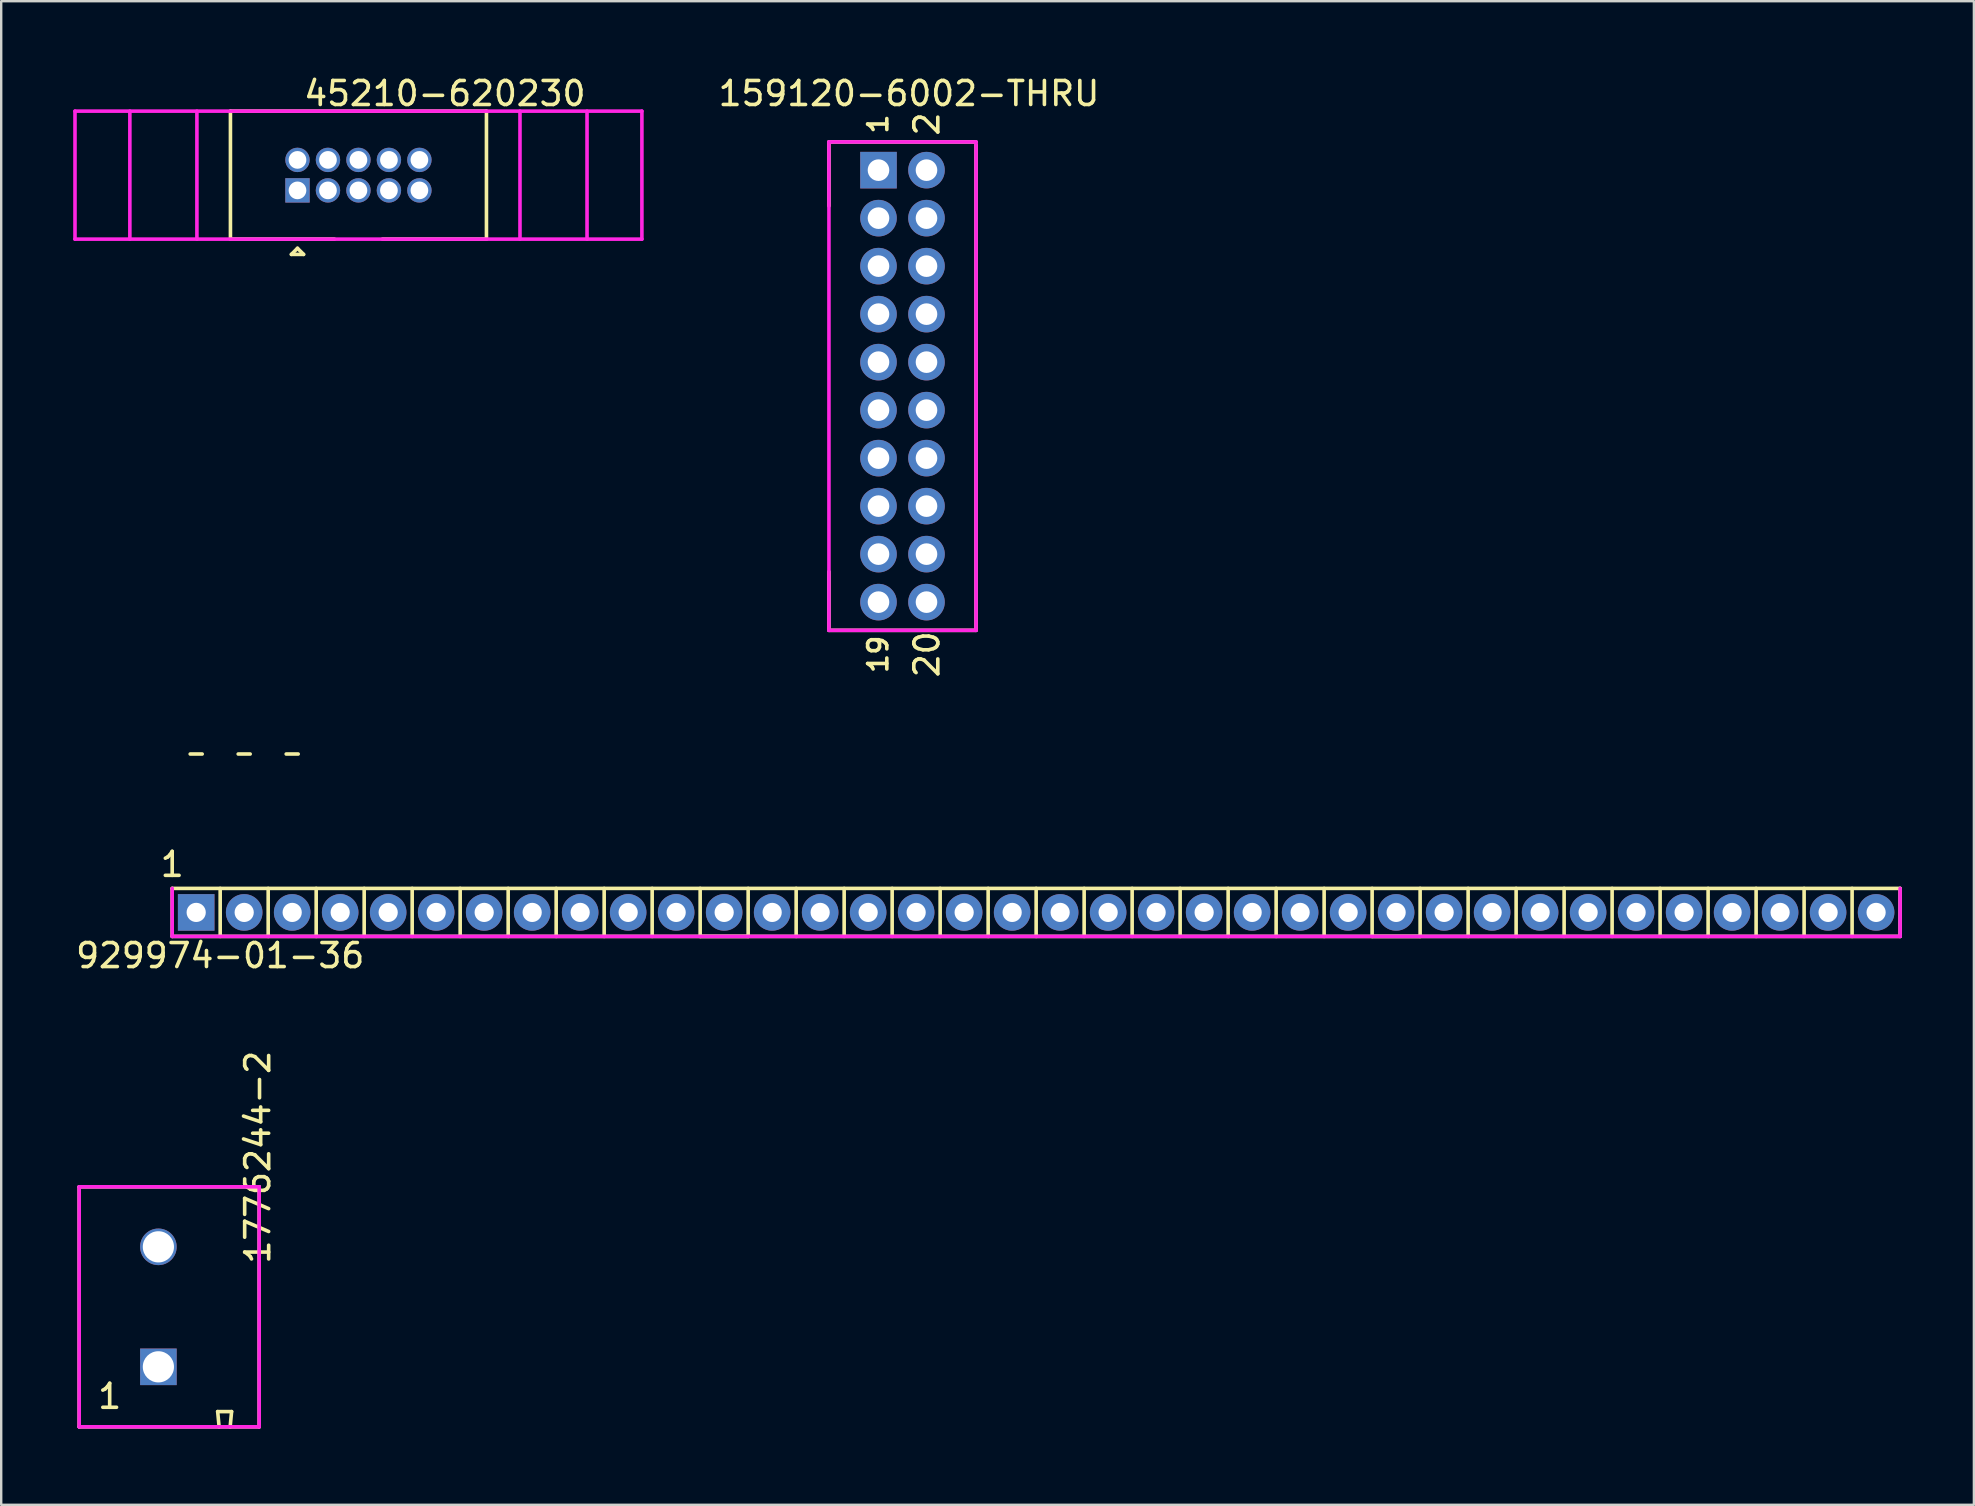
<source format=kicad_pcb>
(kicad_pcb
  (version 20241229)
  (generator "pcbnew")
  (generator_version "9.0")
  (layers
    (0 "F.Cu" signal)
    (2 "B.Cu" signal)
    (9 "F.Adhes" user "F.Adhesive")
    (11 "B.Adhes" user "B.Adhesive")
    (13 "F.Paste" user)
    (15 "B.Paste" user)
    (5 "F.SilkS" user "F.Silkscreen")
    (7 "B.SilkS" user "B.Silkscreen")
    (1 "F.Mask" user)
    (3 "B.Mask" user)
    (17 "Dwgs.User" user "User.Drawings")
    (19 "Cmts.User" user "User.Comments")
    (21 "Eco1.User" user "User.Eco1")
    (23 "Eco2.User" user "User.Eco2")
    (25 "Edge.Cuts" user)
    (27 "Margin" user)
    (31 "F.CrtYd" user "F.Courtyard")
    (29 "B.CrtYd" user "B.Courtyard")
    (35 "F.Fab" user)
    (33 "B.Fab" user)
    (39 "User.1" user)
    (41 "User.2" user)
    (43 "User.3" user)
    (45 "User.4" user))
  (footprint "159120-6002-THRU"
    (layer "F.Cu")
    (at 34.556 13.04)
    (property "Reference" "159120-6002-THRU" (at 0.27 -12.192 0) (layer "F.SilkS") (effects (font (size 1 1) (thickness 0.15))))
    (attr smd)
    (fp_line (start -3.065 -10.175) (end 3.065 -10.175) (stroke (width 0.15) (type solid)) (layer "F.SilkS"))
    (fp_line (start -3.065 -7.51) (end -3.065 -10.175) (stroke (width 0.15) (type solid)) (layer "F.SilkS"))
    (fp_line (start -3.065 10.175) (end -3.065 7.73) (stroke (width 0.15) (type solid)) (layer "F.SilkS"))
    (fp_line (start 3.065 -10.05) (end 3.065 10.175) (stroke (width 0.15) (type solid)) (layer "F.SilkS"))
    (fp_line (start 3.065 10.175) (end -3.065 10.175) (stroke (width 0.15) (type solid)) (layer "F.SilkS"))
    (fp_line (start -3.065 -10.175) (end -3.065 10.175) (stroke (width 0.15) (type solid)) (layer "F.CrtYd"))
    (fp_line (start -3.065 10.175) (end 3.065 10.175) (stroke (width 0.15) (type solid)) (layer "F.CrtYd"))
    (fp_line (start 3.065 -10.175) (end -3.065 -10.175) (stroke (width 0.15) (type solid)) (layer "F.CrtYd"))
    (fp_line (start 3.065 10.175) (end 3.065 -10.175) (stroke (width 0.15) (type solid)) (layer "F.CrtYd"))
    (fp_text user "20" (at 1.016 11.176 90) (layer "F.SilkS") (effects (font (size 1 1) (thickness 0.15))))
    (fp_text user "2" (at 1.016 -10.922 90) (layer "F.SilkS") (effects (font (size 1 1) (thickness 0.15))))
    (fp_text user "19" (at -1.016 11.176 90) (layer "F.SilkS") (effects (font (size 0.8 0.8) (thickness 0.15))))
    (fp_text user "1" (at -1.016 -10.922 90) (layer "F.SilkS") (effects (font (size 0.8 0.8) (thickness 0.15))))
    (pad "1" thru_hole rect (at -1 -9) (size 1.524 1.524) (drill 0.9) (layers "*.Cu" "*.Mask"))
    (pad "2" thru_hole circle (at 1 -9) (size 1.524 1.524) (drill 0.9) (layers "*.Cu" "*.Mask"))
    (pad "3" thru_hole circle (at -1 -7) (size 1.524 1.524) (drill 0.9) (layers "*.Cu" "*.Mask"))
    (pad "4" thru_hole circle (at 1 -7) (size 1.524 1.524) (drill 0.9) (layers "*.Cu" "*.Mask"))
    (pad "5" thru_hole circle (at -1 -5) (size 1.524 1.524) (drill 0.9) (layers "*.Cu" "*.Mask"))
    (pad "6" thru_hole circle (at 1 -5) (size 1.524 1.524) (drill 0.9) (layers "*.Cu" "*.Mask"))
    (pad "7" thru_hole circle (at -1 -3) (size 1.524 1.524) (drill 0.9) (layers "*.Cu" "*.Mask"))
    (pad "8" thru_hole circle (at 1 -3) (size 1.524 1.524) (drill 0.9) (layers "*.Cu" "*.Mask"))
    (pad "9" thru_hole circle (at -1 -1) (size 1.524 1.524) (drill 0.9) (layers "*.Cu" "*.Mask"))
    (pad "10" thru_hole circle (at 1 -1) (size 1.524 1.524) (drill 0.9) (layers "*.Cu" "*.Mask"))
    (pad "11" thru_hole circle (at -1 1) (size 1.524 1.524) (drill 0.9) (layers "*.Cu" "*.Mask"))
    (pad "12" thru_hole circle (at 1 1) (size 1.524 1.524) (drill 0.9) (layers "*.Cu" "*.Mask"))
    (pad "13" thru_hole circle (at -1 3) (size 1.524 1.524) (drill 0.9) (layers "*.Cu" "*.Mask"))
    (pad "14" thru_hole circle (at 1 3) (size 1.524 1.524) (drill 0.9) (layers "*.Cu" "*.Mask"))
    (pad "15" thru_hole circle (at -1 5) (size 1.524 1.524) (drill 0.9) (layers "*.Cu" "*.Mask"))
    (pad "16" thru_hole circle (at 1 5) (size 1.524 1.524) (drill 0.9) (layers "*.Cu" "*.Mask"))
    (pad "17" thru_hole circle (at -1 7) (size 1.524 1.524) (drill 0.9) (layers "*.Cu" "*.Mask"))
    (pad "18" thru_hole circle (at 1 7) (size 1.524 1.524) (drill 0.9) (layers "*.Cu" "*.Mask"))
    (pad "19" thru_hole circle (at -1 9) (size 1.524 1.524) (drill 0.9) (layers "*.Cu" "*.Mask"))
    (pad "20" thru_hole circle (at 1 9) (size 1.524 1.524) (drill 0.9) (layers "*.Cu" "*.Mask")))
  (footprint "929974-01-36"
    (layer "F.Cu")
    (at 5.125 34.969)
    (property "Reference" "929974-01-36" (at 1 1.8 0) (layer "F.SilkS") (effects (font (size 1 1) (thickness 0.15))))
    (attr through_hole)
    (fp_line (start -1 -1) (end -1 1) (stroke (width 0.15) (type solid)) (layer "F.SilkS"))
    (fp_line (start -1 1) (end 71 1) (stroke (width 0.15) (type solid)) (layer "F.SilkS"))
    (fp_line (start 0.25 -6.6) (end -0.25 -6.6) (stroke (width 0.15) (type solid)) (layer "F.SilkS"))
    (fp_line (start 1 -1) (end 1 1) (stroke (width 0.15) (type solid)) (layer "F.SilkS"))
    (fp_line (start 2.25 -6.6) (end 1.75 -6.6) (stroke (width 0.15) (type solid)) (layer "F.SilkS"))
    (fp_line (start 3 1) (end 3 -1) (stroke (width 0.15) (type solid)) (layer "F.SilkS"))
    (fp_line (start 4.25 -6.6) (end 3.75 -6.6) (stroke (width 0.15) (type solid)) (layer "F.SilkS"))
    (fp_line (start 5 -1) (end 5 1) (stroke (width 0.15) (type solid)) (layer "F.SilkS"))
    (fp_line (start 7 1) (end 7 -1) (stroke (width 0.15) (type solid)) (layer "F.SilkS"))
    (fp_line (start 9 1) (end 9 -1) (stroke (width 0.15) (type solid)) (layer "F.SilkS"))
    (fp_line (start 11 -1) (end 11 1) (stroke (width 0.15) (type solid)) (layer "F.SilkS"))
    (fp_line (start 13 1) (end 13 -1) (stroke (width 0.15) (type solid)) (layer "F.SilkS"))
    (fp_line (start 15 -1) (end 15 1) (stroke (width 0.15) (type solid)) (layer "F.SilkS"))
    (fp_line (start 17 1) (end 17 -1) (stroke (width 0.15) (type solid)) (layer "F.SilkS"))
    (fp_line (start 19 1) (end 19 -1) (stroke (width 0.15) (type solid)) (layer "F.SilkS"))
    (fp_line (start 21 -1) (end 21 1) (stroke (width 0.15) (type solid)) (layer "F.SilkS"))
    (fp_line (start 21 1) (end 23 1) (stroke (width 0.15) (type solid)) (layer "F.SilkS"))
    (fp_line (start 23 1) (end 23 -1) (stroke (width 0.15) (type solid)) (layer "F.SilkS"))
    (fp_line (start 25 -1) (end 25 1) (stroke (width 0.15) (type solid)) (layer "F.SilkS"))
    (fp_line (start 27 -1) (end 27 1) (stroke (width 0.15) (type solid)) (layer "F.SilkS"))
    (fp_line (start 29 1) (end 29 -1) (stroke (width 0.15) (type solid)) (layer "F.SilkS"))
    (fp_line (start 31 1) (end 31 -1) (stroke (width 0.15) (type solid)) (layer "F.SilkS"))
    (fp_line (start 33 1) (end 33 -1) (stroke (width 0.15) (type solid)) (layer "F.SilkS"))
    (fp_line (start 35 1) (end 35 -1) (stroke (width 0.15) (type solid)) (layer "F.SilkS"))
    (fp_line (start 37 1) (end 37 -1) (stroke (width 0.15) (type solid)) (layer "F.SilkS"))
    (fp_line (start 39 -1) (end 39 1) (stroke (width 0.15) (type solid)) (layer "F.SilkS"))
    (fp_line (start 41 1) (end 41 -1) (stroke (width 0.15) (type solid)) (layer "F.SilkS"))
    (fp_line (start 43 1) (end 43 -1) (stroke (width 0.15) (type solid)) (layer "F.SilkS"))
    (fp_line (start 45 -1) (end 45 1) (stroke (width 0.15) (type solid)) (layer "F.SilkS"))
    (fp_line (start 47 1) (end 47 -1) (stroke (width 0.15) (type solid)) (layer "F.SilkS"))
    (fp_line (start 49 -1) (end 49 1) (stroke (width 0.15) (type solid)) (layer "F.SilkS"))
    (fp_line (start 49 1) (end 51 1) (stroke (width 0.15) (type solid)) (layer "F.SilkS"))
    (fp_line (start 51 -1) (end 51 1) (stroke (width 0.15) (type solid)) (layer "F.SilkS"))
    (fp_line (start 53 1) (end 53 -1) (stroke (width 0.15) (type solid)) (layer "F.SilkS"))
    (fp_line (start 55 -1) (end 55 1) (stroke (width 0.15) (type solid)) (layer "F.SilkS"))
    (fp_line (start 57 -1) (end 57 1) (stroke (width 0.15) (type solid)) (layer "F.SilkS"))
    (fp_line (start 59 -1) (end 59 1) (stroke (width 0.15) (type solid)) (layer "F.SilkS"))
    (fp_line (start 61 1) (end 61 -1) (stroke (width 0.15) (type solid)) (layer "F.SilkS"))
    (fp_line (start 63 1) (end 63 -1) (stroke (width 0.15) (type solid)) (layer "F.SilkS"))
    (fp_line (start 65 1) (end 65 -1) (stroke (width 0.15) (type solid)) (layer "F.SilkS"))
    (fp_line (start 67 1) (end 67 -1) (stroke (width 0.15) (type solid)) (layer "F.SilkS"))
    (fp_line (start 69 1) (end 69 -1) (stroke (width 0.15) (type solid)) (layer "F.SilkS"))
    (fp_line (start 71 -1) (end -1 -1) (stroke (width 0.15) (type solid)) (layer "F.SilkS"))
    (fp_line (start 71 1) (end 71 -1) (stroke (width 0.15) (type solid)) (layer "F.SilkS"))
    (fp_line (start -1 -1) (end -1 1) (stroke (width 0.15) (type solid)) (layer "F.CrtYd"))
    (fp_line (start -1 1) (end 71 1) (stroke (width 0.15) (type solid)) (layer "F.CrtYd"))
    (fp_line (start 71 1) (end 71 -1) (stroke (width 0.15) (type solid)) (layer "F.CrtYd"))
    (fp_text user "1" (at -1 -2 0) (layer "F.SilkS") (effects (font (size 1 1) (thickness 0.15))))
    (pad "1" thru_hole rect (at 0 0) (size 1.524 1.524) (drill 0.8) (layers "*.Cu" "*.Mask"))
    (pad "2" thru_hole circle (at 2 0) (size 1.524 1.524) (drill 0.8) (layers "*.Cu" "*.Mask"))
    (pad "3" thru_hole circle (at 4 0) (size 1.524 1.524) (drill 0.8) (layers "*.Cu" "*.Mask"))
    (pad "4" thru_hole circle (at 6 0) (size 1.524 1.524) (drill 0.8) (layers "*.Cu" "*.Mask"))
    (pad "5" thru_hole circle (at 8 0) (size 1.524 1.524) (drill 0.8) (layers "*.Cu" "*.Mask"))
    (pad "6" thru_hole circle (at 10 0) (size 1.524 1.524) (drill 0.8) (layers "*.Cu" "*.Mask"))
    (pad "7" thru_hole circle (at 12 0) (size 1.524 1.524) (drill 0.8) (layers "*.Cu" "*.Mask"))
    (pad "8" thru_hole circle (at 14 0) (size 1.524 1.524) (drill 0.8) (layers "*.Cu" "*.Mask"))
    (pad "9" thru_hole circle (at 16 0) (size 1.524 1.524) (drill 0.8) (layers "*.Cu" "*.Mask"))
    (pad "10" thru_hole circle (at 18 0) (size 1.524 1.524) (drill 0.8) (layers "*.Cu" "*.Mask"))
    (pad "11" thru_hole circle (at 20 0) (size 1.524 1.524) (drill 0.8) (layers "*.Cu" "*.Mask"))
    (pad "12" thru_hole circle (at 22 0) (size 1.524 1.524) (drill 0.8) (layers "*.Cu" "*.Mask"))
    (pad "13" thru_hole circle (at 24 0) (size 1.524 1.524) (drill 0.8) (layers "*.Cu" "*.Mask"))
    (pad "14" thru_hole circle (at 26 0) (size 1.524 1.524) (drill 0.8) (layers "*.Cu" "*.Mask"))
    (pad "15" thru_hole circle (at 28 0) (size 1.524 1.524) (drill 0.8) (layers "*.Cu" "*.Mask"))
    (pad "16" thru_hole circle (at 30 0) (size 1.524 1.524) (drill 0.8) (layers "*.Cu" "*.Mask"))
    (pad "17" thru_hole circle (at 32 0) (size 1.524 1.524) (drill 0.8) (layers "*.Cu" "*.Mask"))
    (pad "18" thru_hole circle (at 34 0) (size 1.524 1.524) (drill 0.8) (layers "*.Cu" "*.Mask"))
    (pad "19" thru_hole circle (at 36 0) (size 1.524 1.524) (drill 0.8) (layers "*.Cu" "*.Mask"))
    (pad "20" thru_hole circle (at 38 0) (size 1.524 1.524) (drill 0.8) (layers "*.Cu" "*.Mask"))
    (pad "21" thru_hole circle (at 40 0) (size 1.524 1.524) (drill 0.8) (layers "*.Cu" "*.Mask"))
    (pad "22" thru_hole circle (at 42 0) (size 1.524 1.524) (drill 0.8) (layers "*.Cu" "*.Mask"))
    (pad "23" thru_hole circle (at 44 0) (size 1.524 1.524) (drill 0.8) (layers "*.Cu" "*.Mask"))
    (pad "24" thru_hole circle (at 46 0) (size 1.524 1.524) (drill 0.8) (layers "*.Cu" "*.Mask"))
    (pad "25" thru_hole circle (at 48 0) (size 1.524 1.524) (drill 0.8) (layers "*.Cu" "*.Mask"))
    (pad "26" thru_hole circle (at 50 0) (size 1.524 1.524) (drill 0.8) (layers "*.Cu" "*.Mask"))
    (pad "27" thru_hole circle (at 52 0) (size 1.524 1.524) (drill 0.8) (layers "*.Cu" "*.Mask"))
    (pad "28" thru_hole circle (at 54 0) (size 1.524 1.524) (drill 0.8) (layers "*.Cu" "*.Mask"))
    (pad "29" thru_hole circle (at 56 0) (size 1.524 1.524) (drill 0.8) (layers "*.Cu" "*.Mask"))
    (pad "30" thru_hole circle (at 58 0) (size 1.524 1.524) (drill 0.8) (layers "*.Cu" "*.Mask"))
    (pad "31" thru_hole circle (at 60 0) (size 1.524 1.524) (drill 0.8) (layers "*.Cu" "*.Mask"))
    (pad "32" thru_hole circle (at 62 0) (size 1.524 1.524) (drill 0.8) (layers "*.Cu" "*.Mask"))
    (pad "33" thru_hole circle (at 64 0) (size 1.524 1.524) (drill 0.8) (layers "*.Cu" "*.Mask"))
    (pad "34" thru_hole circle (at 66 0) (size 1.524 1.524) (drill 0.8) (layers "*.Cu" "*.Mask"))
    (pad "35" thru_hole circle (at 68 0) (size 1.524 1.524) (drill 0.8) (layers "*.Cu" "*.Mask"))
    (pad "36" thru_hole circle (at 70 0) (size 1.524 1.524) (drill 0.8) (layers "*.Cu" "*.Mask")))
  (footprint "45210-620230"
    (layer "F.Cu")
    (at 11.886 4.248)
    (property "Reference" "45210-620230" (at 3.6 -3.4 0) (layer "F.SilkS") (effects (font (size 1 1) (thickness 0.15))))
    (attr through_hole)
    (fp_line (start -5.334 -2.667) (end -5.334 2.667) (stroke (width 0.15) (type solid)) (layer "F.SilkS"))
    (fp_line (start -5.334 2.667) (end -1 2.667) (stroke (width 0.15) (type solid)) (layer "F.SilkS"))
    (fp_line (start -2.794 3.302) (end -2.286 3.302) (stroke (width 0.15) (type solid)) (layer "F.SilkS"))
    (fp_line (start -2.54 3.048) (end -2.794 3.302) (stroke (width 0.15) (type solid)) (layer "F.SilkS"))
    (fp_line (start -2.286 3.302) (end -2.54 3.048) (stroke (width 0.15) (type solid)) (layer "F.SilkS"))
    (fp_line (start 5.334 -2.667) (end -5.334 -2.667) (stroke (width 0.15) (type solid)) (layer "F.SilkS"))
    (fp_line (start 5.334 2.667) (end 1 2.667) (stroke (width 0.15) (type solid)) (layer "F.SilkS"))
    (fp_line (start 5.334 2.667) (end 5.334 -2.667) (stroke (width 0.15) (type solid)) (layer "F.SilkS"))
    (fp_line (start -11.811 -2.667) (end -11.811 2.667) (stroke (width 0.15) (type solid)) (layer "F.CrtYd"))
    (fp_line (start -11.811 2.667) (end 11.811 2.667) (stroke (width 0.15) (type solid)) (layer "F.CrtYd"))
    (fp_line (start -9.525 -2.667) (end -9.525 2.667) (stroke (width 0.15) (type solid)) (layer "F.CrtYd"))
    (fp_line (start -6.731 -2.667) (end -6.731 2.667) (stroke (width 0.15) (type solid)) (layer "F.CrtYd"))
    (fp_line (start 6.731 -2.667) (end 6.731 2.667) (stroke (width 0.15) (type solid)) (layer "F.CrtYd"))
    (fp_line (start 9.525 -2.667) (end 9.525 2.667) (stroke (width 0.15) (type solid)) (layer "F.CrtYd"))
    (fp_line (start 11.811 -2.667) (end -11.811 -2.667) (stroke (width 0.15) (type solid)) (layer "F.CrtYd"))
    (fp_line (start 11.811 2.667) (end 11.811 -2.667) (stroke (width 0.15) (type solid)) (layer "F.CrtYd"))
    (pad "1" thru_hole rect (at -2.54 0.635) (size 1.016 1.016) (drill 0.737) (layers "*.Cu" "*.Mask"))
    (pad "2" thru_hole circle (at -2.54 -0.635) (size 1.016 1.016) (drill 0.737) (layers "*.Cu" "*.Mask"))
    (pad "3" thru_hole circle (at -1.27 0.635) (size 1.016 1.016) (drill 0.737) (layers "*.Cu" "*.Mask"))
    (pad "4" thru_hole circle (at -1.27 -0.635) (size 1.016 1.016) (drill 0.737) (layers "*.Cu" "*.Mask"))
    (pad "5" thru_hole circle (at 0 0.635) (size 1.016 1.016) (drill 0.737) (layers "*.Cu" "*.Mask"))
    (pad "6" thru_hole circle (at 0 -0.635) (size 1.016 1.016) (drill 0.737) (layers "*.Cu" "*.Mask"))
    (pad "7" thru_hole circle (at 1.27 0.635) (size 1.016 1.016) (drill 0.737) (layers "*.Cu" "*.Mask"))
    (pad "8" thru_hole circle (at 1.27 -0.635) (size 1.016 1.016) (drill 0.737) (layers "*.Cu" "*.Mask"))
    (pad "9" thru_hole circle (at 2.54 0.635) (size 1.016 1.016) (drill 0.737) (layers "*.Cu" "*.Mask"))
    (pad "10" thru_hole circle (at 2.54 -0.635) (size 1.016 1.016) (drill 0.737) (layers "*.Cu" "*.Mask")))
  (footprint "1776244-2"
    (layer "F.Cu")
    (at 0.25 56.404)
    (property "Reference" "1776244-2" (at 7.44 -11.234 90) (layer "F.SilkS") (effects (font (size 1 1) (thickness 0.15))))
    (attr smd)
    (fp_line (start 0 -10) (end 0 0) (stroke (width 0.15) (type solid)) (layer "F.SilkS"))
    (fp_line (start 0 0) (end 7.5 0) (stroke (width 0.15) (type solid)) (layer "F.SilkS"))
    (fp_line (start 5.77 -0.635) (end 5.83 0) (stroke (width 0.15) (type solid)) (layer "F.SilkS"))
    (fp_line (start 6.29 0) (end 6.35 -0.635) (stroke (width 0.15) (type solid)) (layer "F.SilkS"))
    (fp_line (start 6.35 -0.635) (end 5.77 -0.635) (stroke (width 0.15) (type solid)) (layer "F.SilkS"))
    (fp_line (start 7.5 -10) (end 0 -10) (stroke (width 0.15) (type solid)) (layer "F.SilkS"))
    (fp_line (start 7.5 0) (end 7.5 -10) (stroke (width 0.15) (type solid)) (layer "F.SilkS"))
    (fp_line (start 0 -10) (end 0 0) (stroke (width 0.15) (type solid)) (layer "F.CrtYd"))
    (fp_line (start 0 0) (end 7.5 0) (stroke (width 0.15) (type solid)) (layer "F.CrtYd"))
    (fp_line (start 7.5 -10) (end 0 -10) (stroke (width 0.15) (type solid)) (layer "F.CrtYd"))
    (fp_line (start 7.5 0) (end 7.5 -10) (stroke (width 0.15) (type solid)) (layer "F.CrtYd"))
    (fp_text user "1" (at 1.27 -1.27 0) (layer "F.SilkS") (effects (font (size 1 1) (thickness 0.15))))
    (pad "1" thru_hole rect (at 3.3 -2.5) (size 1.524 1.524) (drill 1.3) (layers "*.Cu" "*.Mask"))
    (pad "2" thru_hole circle (at 3.3 -7.5) (size 1.524 1.524) (drill 1.3) (layers "*.Cu" "*.Mask")))
  (gr_rect
    (start -3 -3)
    (end 79.2 59.654)
    (stroke (width 0.1) (type default))
    (fill no)
    (layer "Edge.Cuts")))
</source>
